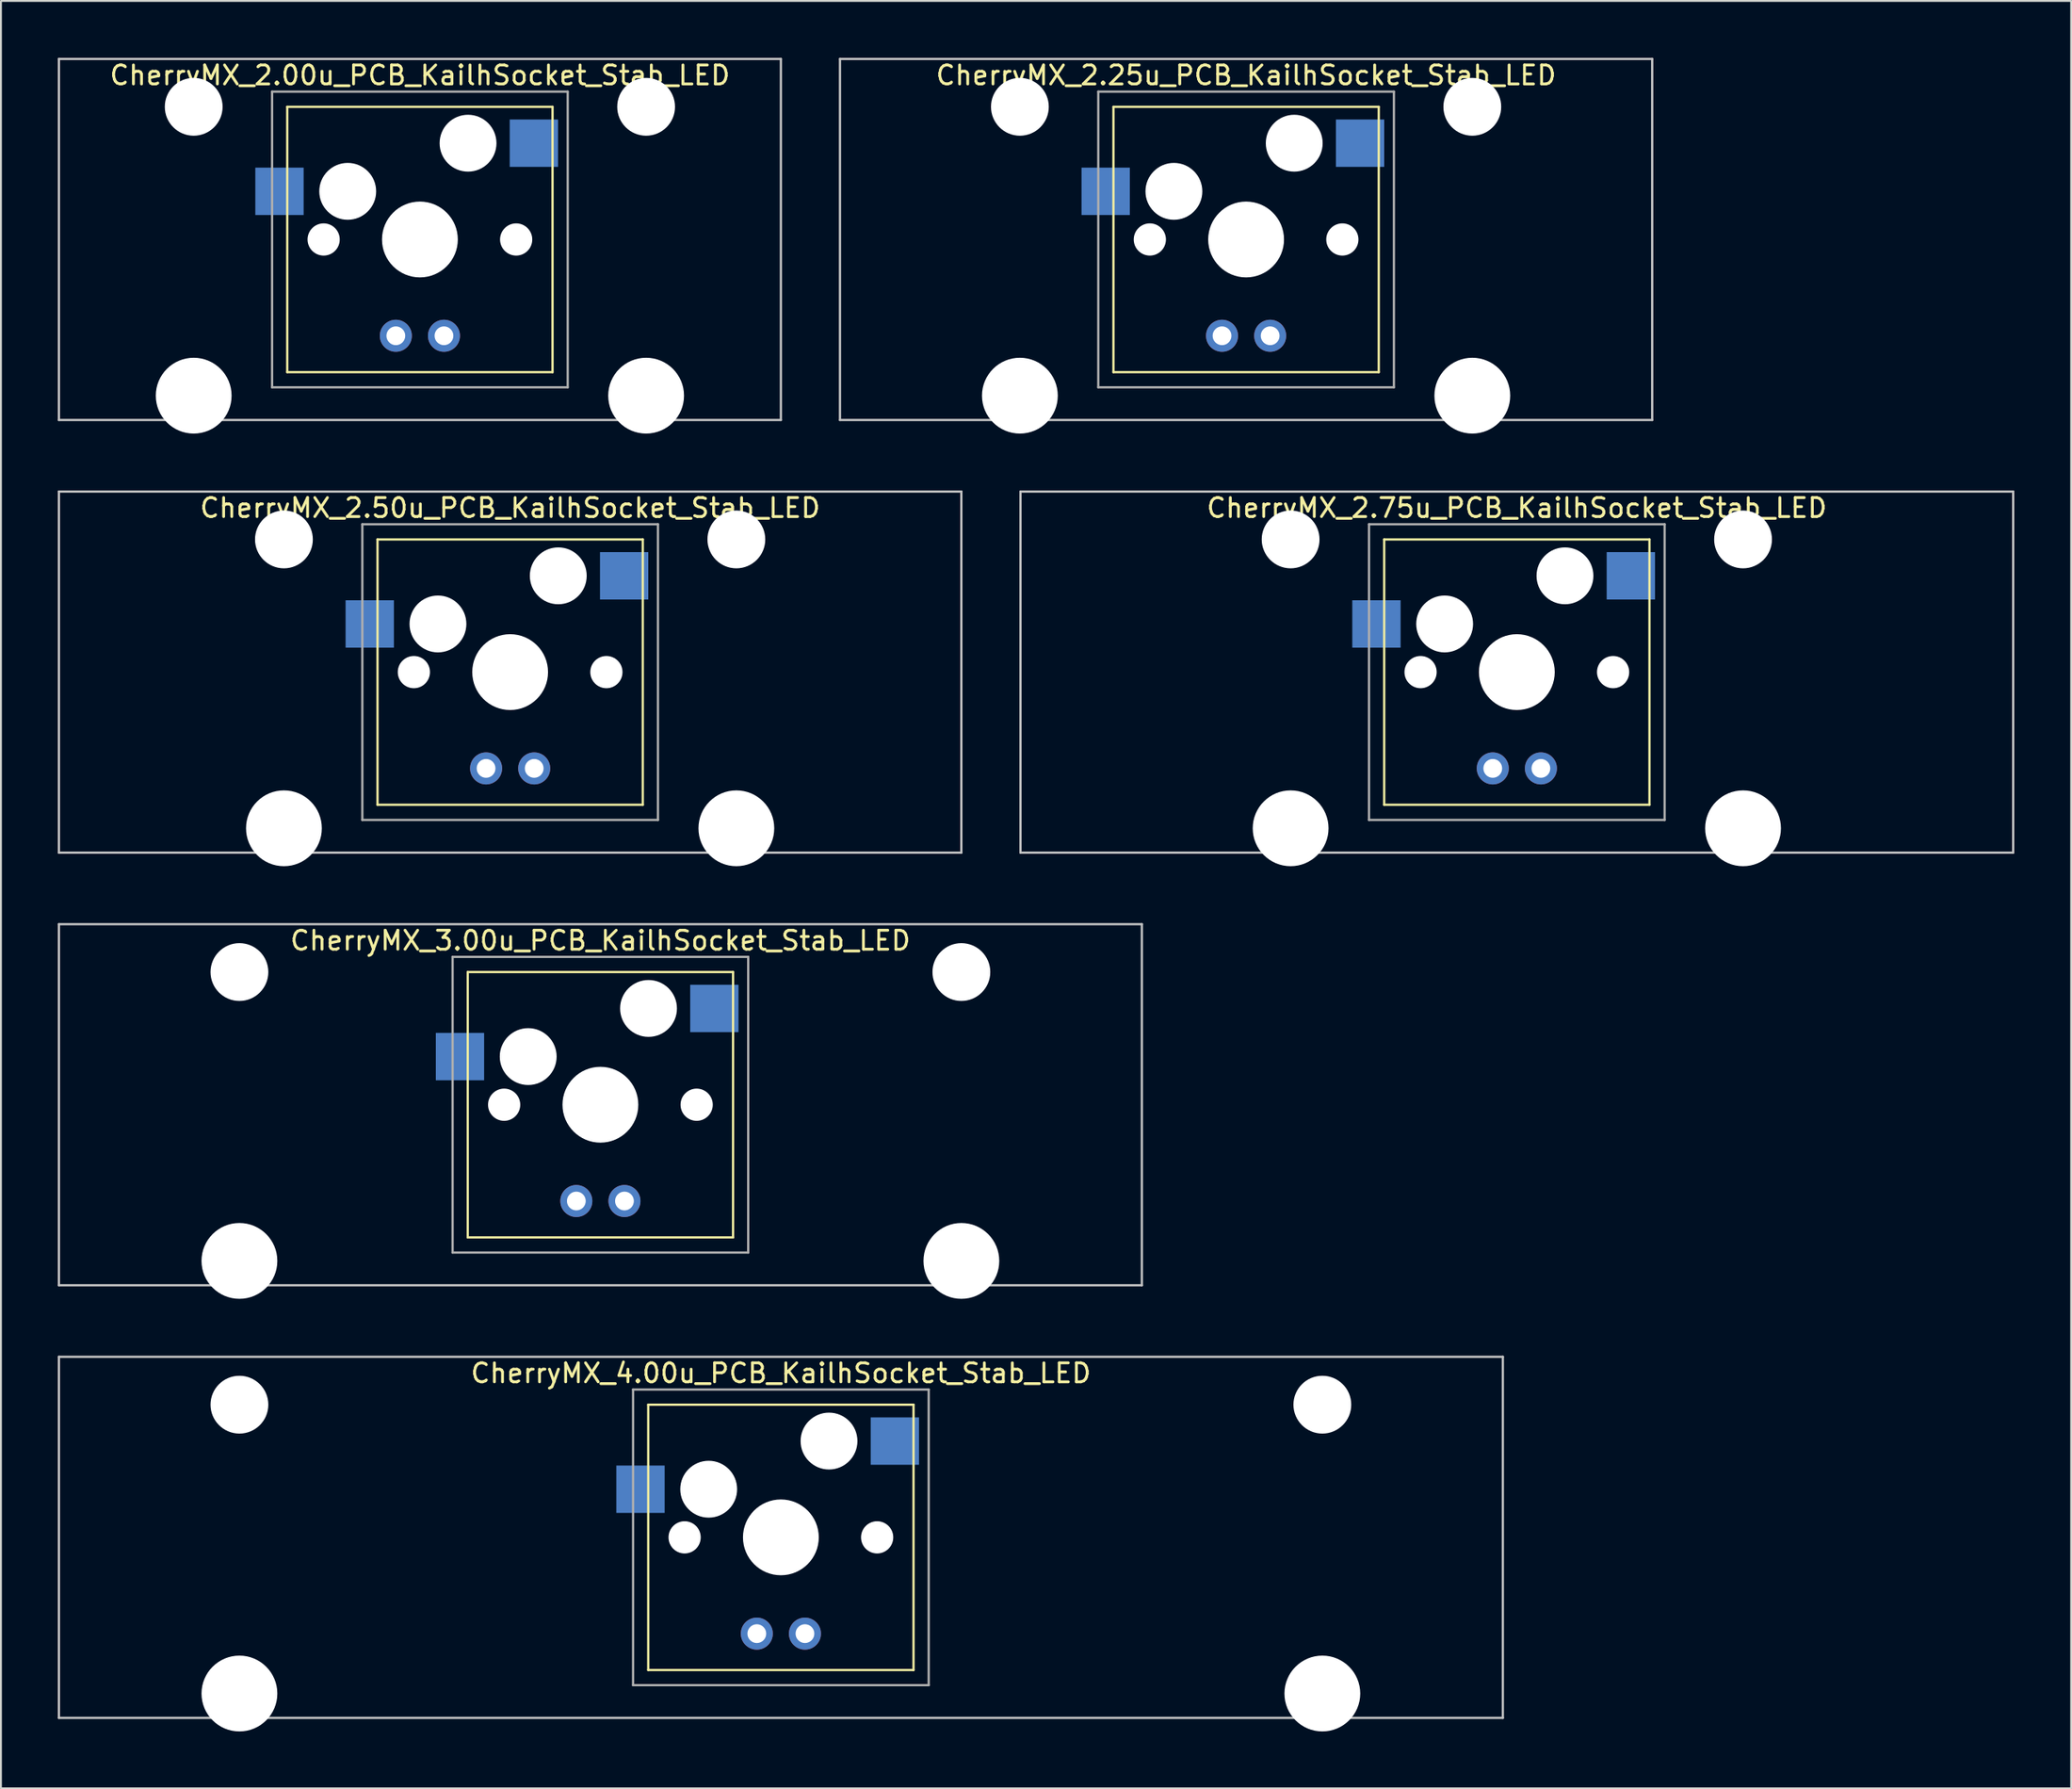
<source format=kicad_pcb>
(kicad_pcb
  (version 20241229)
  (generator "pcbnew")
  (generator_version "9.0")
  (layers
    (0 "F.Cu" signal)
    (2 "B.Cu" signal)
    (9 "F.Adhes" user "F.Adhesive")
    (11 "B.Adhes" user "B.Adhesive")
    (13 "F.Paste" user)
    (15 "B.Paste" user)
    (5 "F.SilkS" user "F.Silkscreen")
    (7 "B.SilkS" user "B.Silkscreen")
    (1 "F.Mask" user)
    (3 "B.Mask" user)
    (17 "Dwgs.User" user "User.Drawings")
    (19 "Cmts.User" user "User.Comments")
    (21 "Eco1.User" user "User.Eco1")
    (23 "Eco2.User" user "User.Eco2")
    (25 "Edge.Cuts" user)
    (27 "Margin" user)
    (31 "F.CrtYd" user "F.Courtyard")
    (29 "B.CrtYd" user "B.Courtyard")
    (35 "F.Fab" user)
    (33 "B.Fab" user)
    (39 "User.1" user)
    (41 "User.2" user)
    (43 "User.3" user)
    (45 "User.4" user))
  (footprint "CherryMX_2.75u_PCB_KailhSocket_Stab_LED"
    (layer "F.Cu")
    (at 76.999 32.41)
    (property "Reference" "CherryMX_2.75u_PCB_KailhSocket_Stab_LED" (at 0 -8.662 0) (layer "F.SilkS") (effects (font (size 1 1) (thickness 0.15))))
    (attr through_hole)
    (fp_line (start -7 -7) (end -7 7) (stroke (width 0.12) (type solid)) (layer "F.SilkS"))
    (fp_line (start -7 -7) (end 7 -7) (stroke (width 0.12) (type solid)) (layer "F.SilkS"))
    (fp_line (start 7 -7) (end 7 7) (stroke (width 0.12) (type solid)) (layer "F.SilkS"))
    (fp_line (start 7 7) (end -7 7) (stroke (width 0.12) (type solid)) (layer "F.SilkS"))
    (fp_line (start -26.194 -9.525) (end 26.194 -9.525) (stroke (width 0.12) (type solid)) (layer "Dwgs.User"))
    (fp_line (start -26.194 9.525) (end -26.194 -9.525) (stroke (width 0.12) (type solid)) (layer "Dwgs.User"))
    (fp_line (start 26.194 -9.525) (end 26.194 9.525) (stroke (width 0.12) (type solid)) (layer "Dwgs.User"))
    (fp_line (start 26.194 9.525) (end -26.194 9.525) (stroke (width 0.12) (type solid)) (layer "Dwgs.User"))
    (fp_line (start -7.8 -7.8) (end -7.8 7.8) (stroke (width 0.12) (type solid)) (layer "F.Fab"))
    (fp_line (start -7.8 -7.8) (end 7.8 -7.8) (stroke (width 0.12) (type solid)) (layer "F.Fab"))
    (fp_line (start -7.8 7.8) (end 7.8 7.8) (stroke (width 0.12) (type solid)) (layer "F.Fab"))
    (fp_line (start 7.8 -7.8) (end 7.8 7.8) (stroke (width 0.12) (type solid)) (layer "F.Fab"))
    (pad "" np_thru_hole circle (at -11.938 -7) (size 3.05 3.05) (drill 3.05) (layers "*.Cu" "*.Mask"))
    (pad "" np_thru_hole circle (at -11.938 8.24) (size 4 4) (drill 4) (layers "*.Cu" "*.Mask"))
    (pad "" np_thru_hole circle (at -5.08 0) (size 1.7 1.7) (drill 1.7) (layers "*.Cu" "*.Mask"))
    (pad "" np_thru_hole circle (at -3.81 -2.54) (size 3 3) (drill 3) (layers "*.Cu" "*.Mask"))
    (pad "" np_thru_hole circle (at 0 0) (size 4 4) (drill 4) (layers "*.Cu" "*.Mask"))
    (pad "" np_thru_hole circle (at 2.54 -5.08) (size 3 3) (drill 3) (layers "*.Cu" "*.Mask"))
    (pad "" np_thru_hole circle (at 5.08 0) (size 1.7 1.7) (drill 1.7) (layers "*.Cu" "*.Mask"))
    (pad "" np_thru_hole circle (at 11.938 -7) (size 3.05 3.05) (drill 3.05) (layers "*.Cu" "*.Mask"))
    (pad "" np_thru_hole circle (at 11.938 8.24) (size 4 4) (drill 4) (layers "*.Cu" "*.Mask"))
    (pad "1" smd rect (at -7.41 -2.54) (size 2.55 2.5) (layers "B.Cu" "B.Mask" "B.Paste"))
    (pad "2" smd rect (at 6.015 -5.08) (size 2.55 2.5) (layers "B.Cu" "B.Mask" "B.Paste"))
    (pad "3" thru_hole circle (at -1.27 5.08) (size 1.691 1.691) (drill 0.991) (layers "*.Cu" "*.Mask"))
    (pad "4" thru_hole circle (at 1.27 5.08) (size 1.691 1.691) (drill 0.991) (layers "*.Cu" "*.Mask")))
  (footprint "CherryMX_4.00u_PCB_KailhSocket_Stab_LED"
    (layer "F.Cu")
    (at 38.16 78.06)
    (property "Reference" "CherryMX_4.00u_PCB_KailhSocket_Stab_LED" (at 0 -8.662 0) (layer "F.SilkS") (effects (font (size 1 1) (thickness 0.15))))
    (attr through_hole)
    (fp_line (start -7 -7) (end -7 7) (stroke (width 0.12) (type solid)) (layer "F.SilkS"))
    (fp_line (start -7 -7) (end 7 -7) (stroke (width 0.12) (type solid)) (layer "F.SilkS"))
    (fp_line (start 7 -7) (end 7 7) (stroke (width 0.12) (type solid)) (layer "F.SilkS"))
    (fp_line (start 7 7) (end -7 7) (stroke (width 0.12) (type solid)) (layer "F.SilkS"))
    (fp_line (start -38.1 -9.525) (end 38.1 -9.525) (stroke (width 0.12) (type solid)) (layer "Dwgs.User"))
    (fp_line (start -38.1 9.525) (end -38.1 -9.525) (stroke (width 0.12) (type solid)) (layer "Dwgs.User"))
    (fp_line (start 38.1 -9.525) (end 38.1 9.525) (stroke (width 0.12) (type solid)) (layer "Dwgs.User"))
    (fp_line (start 38.1 9.525) (end -38.1 9.525) (stroke (width 0.12) (type solid)) (layer "Dwgs.User"))
    (fp_line (start -7.8 -7.8) (end -7.8 7.8) (stroke (width 0.12) (type solid)) (layer "F.Fab"))
    (fp_line (start -7.8 -7.8) (end 7.8 -7.8) (stroke (width 0.12) (type solid)) (layer "F.Fab"))
    (fp_line (start -7.8 7.8) (end 7.8 7.8) (stroke (width 0.12) (type solid)) (layer "F.Fab"))
    (fp_line (start 7.8 -7.8) (end 7.8 7.8) (stroke (width 0.12) (type solid)) (layer "F.Fab"))
    (pad "" np_thru_hole circle (at -28.575 -7) (size 3.05 3.05) (drill 3.05) (layers "*.Cu" "*.Mask"))
    (pad "" np_thru_hole circle (at -28.575 8.24) (size 4 4) (drill 4) (layers "*.Cu" "*.Mask"))
    (pad "" np_thru_hole circle (at -5.08 0) (size 1.7 1.7) (drill 1.7) (layers "*.Cu" "*.Mask"))
    (pad "" np_thru_hole circle (at -3.81 -2.54) (size 3 3) (drill 3) (layers "*.Cu" "*.Mask"))
    (pad "" np_thru_hole circle (at 0 0) (size 4 4) (drill 4) (layers "*.Cu" "*.Mask"))
    (pad "" np_thru_hole circle (at 2.54 -5.08) (size 3 3) (drill 3) (layers "*.Cu" "*.Mask"))
    (pad "" np_thru_hole circle (at 5.08 0) (size 1.7 1.7) (drill 1.7) (layers "*.Cu" "*.Mask"))
    (pad "" np_thru_hole circle (at 28.575 -7) (size 3.05 3.05) (drill 3.05) (layers "*.Cu" "*.Mask"))
    (pad "" np_thru_hole circle (at 28.575 8.24) (size 4 4) (drill 4) (layers "*.Cu" "*.Mask"))
    (pad "1" smd rect (at -7.41 -2.54) (size 2.55 2.5) (layers "B.Cu" "B.Mask" "B.Paste"))
    (pad "2" smd rect (at 6.015 -5.08) (size 2.55 2.5) (layers "B.Cu" "B.Mask" "B.Paste"))
    (pad "3" thru_hole circle (at -1.27 5.08) (size 1.691 1.691) (drill 0.991) (layers "*.Cu" "*.Mask"))
    (pad "4" thru_hole circle (at 1.27 5.08) (size 1.691 1.691) (drill 0.991) (layers "*.Cu" "*.Mask")))
  (footprint "CherryMX_2.00u_PCB_KailhSocket_Stab_LED"
    (layer "F.Cu")
    (at 19.11 9.585)
    (property "Reference" "CherryMX_2.00u_PCB_KailhSocket_Stab_LED" (at 0 -8.662 0) (layer "F.SilkS") (effects (font (size 1 1) (thickness 0.15))))
    (attr through_hole)
    (fp_line (start -7 -7) (end -7 7) (stroke (width 0.12) (type solid)) (layer "F.SilkS"))
    (fp_line (start -7 -7) (end 7 -7) (stroke (width 0.12) (type solid)) (layer "F.SilkS"))
    (fp_line (start 7 -7) (end 7 7) (stroke (width 0.12) (type solid)) (layer "F.SilkS"))
    (fp_line (start 7 7) (end -7 7) (stroke (width 0.12) (type solid)) (layer "F.SilkS"))
    (fp_line (start -19.05 -9.525) (end 19.05 -9.525) (stroke (width 0.12) (type solid)) (layer "Dwgs.User"))
    (fp_line (start -19.05 9.525) (end -19.05 -9.525) (stroke (width 0.12) (type solid)) (layer "Dwgs.User"))
    (fp_line (start 19.05 -9.525) (end 19.05 9.525) (stroke (width 0.12) (type solid)) (layer "Dwgs.User"))
    (fp_line (start 19.05 9.525) (end -19.05 9.525) (stroke (width 0.12) (type solid)) (layer "Dwgs.User"))
    (fp_line (start -7.8 -7.8) (end -7.8 7.8) (stroke (width 0.12) (type solid)) (layer "F.Fab"))
    (fp_line (start -7.8 -7.8) (end 7.8 -7.8) (stroke (width 0.12) (type solid)) (layer "F.Fab"))
    (fp_line (start -7.8 7.8) (end 7.8 7.8) (stroke (width 0.12) (type solid)) (layer "F.Fab"))
    (fp_line (start 7.8 -7.8) (end 7.8 7.8) (stroke (width 0.12) (type solid)) (layer "F.Fab"))
    (pad "" np_thru_hole circle (at -11.938 -7) (size 3.05 3.05) (drill 3.05) (layers "*.Cu" "*.Mask"))
    (pad "" np_thru_hole circle (at -11.938 8.24) (size 4 4) (drill 4) (layers "*.Cu" "*.Mask"))
    (pad "" np_thru_hole circle (at -5.08 0) (size 1.7 1.7) (drill 1.7) (layers "*.Cu" "*.Mask"))
    (pad "" np_thru_hole circle (at -3.81 -2.54) (size 3 3) (drill 3) (layers "*.Cu" "*.Mask"))
    (pad "" np_thru_hole circle (at 0 0) (size 4 4) (drill 4) (layers "*.Cu" "*.Mask"))
    (pad "" np_thru_hole circle (at 2.54 -5.08) (size 3 3) (drill 3) (layers "*.Cu" "*.Mask"))
    (pad "" np_thru_hole circle (at 5.08 0) (size 1.7 1.7) (drill 1.7) (layers "*.Cu" "*.Mask"))
    (pad "" np_thru_hole circle (at 11.938 -7) (size 3.05 3.05) (drill 3.05) (layers "*.Cu" "*.Mask"))
    (pad "" np_thru_hole circle (at 11.938 8.24) (size 4 4) (drill 4) (layers "*.Cu" "*.Mask"))
    (pad "1" smd rect (at -7.41 -2.54) (size 2.55 2.5) (layers "B.Cu" "B.Mask" "B.Paste"))
    (pad "2" smd rect (at 6.015 -5.08) (size 2.55 2.5) (layers "B.Cu" "B.Mask" "B.Paste"))
    (pad "3" thru_hole circle (at -1.27 5.08) (size 1.691 1.691) (drill 0.991) (layers "*.Cu" "*.Mask"))
    (pad "4" thru_hole circle (at 1.27 5.08) (size 1.691 1.691) (drill 0.991) (layers "*.Cu" "*.Mask")))
  (footprint "CherryMX_2.25u_PCB_KailhSocket_Stab_LED"
    (layer "F.Cu")
    (at 62.711 9.585)
    (property "Reference" "CherryMX_2.25u_PCB_KailhSocket_Stab_LED" (at 0 -8.662 0) (layer "F.SilkS") (effects (font (size 1 1) (thickness 0.15))))
    (attr through_hole)
    (fp_line (start -7 -7) (end -7 7) (stroke (width 0.12) (type solid)) (layer "F.SilkS"))
    (fp_line (start -7 -7) (end 7 -7) (stroke (width 0.12) (type solid)) (layer "F.SilkS"))
    (fp_line (start 7 -7) (end 7 7) (stroke (width 0.12) (type solid)) (layer "F.SilkS"))
    (fp_line (start 7 7) (end -7 7) (stroke (width 0.12) (type solid)) (layer "F.SilkS"))
    (fp_line (start -21.431 -9.525) (end 21.431 -9.525) (stroke (width 0.12) (type solid)) (layer "Dwgs.User"))
    (fp_line (start -21.431 9.525) (end -21.431 -9.525) (stroke (width 0.12) (type solid)) (layer "Dwgs.User"))
    (fp_line (start 21.431 -9.525) (end 21.431 9.525) (stroke (width 0.12) (type solid)) (layer "Dwgs.User"))
    (fp_line (start 21.431 9.525) (end -21.431 9.525) (stroke (width 0.12) (type solid)) (layer "Dwgs.User"))
    (fp_line (start -7.8 -7.8) (end -7.8 7.8) (stroke (width 0.12) (type solid)) (layer "F.Fab"))
    (fp_line (start -7.8 -7.8) (end 7.8 -7.8) (stroke (width 0.12) (type solid)) (layer "F.Fab"))
    (fp_line (start -7.8 7.8) (end 7.8 7.8) (stroke (width 0.12) (type solid)) (layer "F.Fab"))
    (fp_line (start 7.8 -7.8) (end 7.8 7.8) (stroke (width 0.12) (type solid)) (layer "F.Fab"))
    (pad "" np_thru_hole circle (at -11.938 -7) (size 3.05 3.05) (drill 3.05) (layers "*.Cu" "*.Mask"))
    (pad "" np_thru_hole circle (at -11.938 8.24) (size 4 4) (drill 4) (layers "*.Cu" "*.Mask"))
    (pad "" np_thru_hole circle (at -5.08 0) (size 1.7 1.7) (drill 1.7) (layers "*.Cu" "*.Mask"))
    (pad "" np_thru_hole circle (at -3.81 -2.54) (size 3 3) (drill 3) (layers "*.Cu" "*.Mask"))
    (pad "" np_thru_hole circle (at 0 0) (size 4 4) (drill 4) (layers "*.Cu" "*.Mask"))
    (pad "" np_thru_hole circle (at 2.54 -5.08) (size 3 3) (drill 3) (layers "*.Cu" "*.Mask"))
    (pad "" np_thru_hole circle (at 5.08 0) (size 1.7 1.7) (drill 1.7) (layers "*.Cu" "*.Mask"))
    (pad "" np_thru_hole circle (at 11.938 -7) (size 3.05 3.05) (drill 3.05) (layers "*.Cu" "*.Mask"))
    (pad "" np_thru_hole circle (at 11.938 8.24) (size 4 4) (drill 4) (layers "*.Cu" "*.Mask"))
    (pad "1" smd rect (at -7.41 -2.54) (size 2.55 2.5) (layers "B.Cu" "B.Mask" "B.Paste"))
    (pad "2" smd rect (at 6.015 -5.08) (size 2.55 2.5) (layers "B.Cu" "B.Mask" "B.Paste"))
    (pad "3" thru_hole circle (at -1.27 5.08) (size 1.691 1.691) (drill 0.991) (layers "*.Cu" "*.Mask"))
    (pad "4" thru_hole circle (at 1.27 5.08) (size 1.691 1.691) (drill 0.991) (layers "*.Cu" "*.Mask")))
  (footprint "CherryMX_2.50u_PCB_KailhSocket_Stab_LED"
    (layer "F.Cu")
    (at 23.872 32.41)
    (property "Reference" "CherryMX_2.50u_PCB_KailhSocket_Stab_LED" (at 0 -8.662 0) (layer "F.SilkS") (effects (font (size 1 1) (thickness 0.15))))
    (attr through_hole)
    (fp_line (start -7 -7) (end -7 7) (stroke (width 0.12) (type solid)) (layer "F.SilkS"))
    (fp_line (start -7 -7) (end 7 -7) (stroke (width 0.12) (type solid)) (layer "F.SilkS"))
    (fp_line (start 7 -7) (end 7 7) (stroke (width 0.12) (type solid)) (layer "F.SilkS"))
    (fp_line (start 7 7) (end -7 7) (stroke (width 0.12) (type solid)) (layer "F.SilkS"))
    (fp_line (start -23.812 -9.525) (end 23.812 -9.525) (stroke (width 0.12) (type solid)) (layer "Dwgs.User"))
    (fp_line (start -23.812 9.525) (end -23.812 -9.525) (stroke (width 0.12) (type solid)) (layer "Dwgs.User"))
    (fp_line (start 23.812 -9.525) (end 23.812 9.525) (stroke (width 0.12) (type solid)) (layer "Dwgs.User"))
    (fp_line (start 23.812 9.525) (end -23.812 9.525) (stroke (width 0.12) (type solid)) (layer "Dwgs.User"))
    (fp_line (start -7.8 -7.8) (end -7.8 7.8) (stroke (width 0.12) (type solid)) (layer "F.Fab"))
    (fp_line (start -7.8 -7.8) (end 7.8 -7.8) (stroke (width 0.12) (type solid)) (layer "F.Fab"))
    (fp_line (start -7.8 7.8) (end 7.8 7.8) (stroke (width 0.12) (type solid)) (layer "F.Fab"))
    (fp_line (start 7.8 -7.8) (end 7.8 7.8) (stroke (width 0.12) (type solid)) (layer "F.Fab"))
    (pad "" np_thru_hole circle (at -11.938 -7) (size 3.05 3.05) (drill 3.05) (layers "*.Cu" "*.Mask"))
    (pad "" np_thru_hole circle (at -11.938 8.24) (size 4 4) (drill 4) (layers "*.Cu" "*.Mask"))
    (pad "" np_thru_hole circle (at -5.08 0) (size 1.7 1.7) (drill 1.7) (layers "*.Cu" "*.Mask"))
    (pad "" np_thru_hole circle (at -3.81 -2.54) (size 3 3) (drill 3) (layers "*.Cu" "*.Mask"))
    (pad "" np_thru_hole circle (at 0 0) (size 4 4) (drill 4) (layers "*.Cu" "*.Mask"))
    (pad "" np_thru_hole circle (at 2.54 -5.08) (size 3 3) (drill 3) (layers "*.Cu" "*.Mask"))
    (pad "" np_thru_hole circle (at 5.08 0) (size 1.7 1.7) (drill 1.7) (layers "*.Cu" "*.Mask"))
    (pad "" np_thru_hole circle (at 11.938 -7) (size 3.05 3.05) (drill 3.05) (layers "*.Cu" "*.Mask"))
    (pad "" np_thru_hole circle (at 11.938 8.24) (size 4 4) (drill 4) (layers "*.Cu" "*.Mask"))
    (pad "1" smd rect (at -7.41 -2.54) (size 2.55 2.5) (layers "B.Cu" "B.Mask" "B.Paste"))
    (pad "2" smd rect (at 6.015 -5.08) (size 2.55 2.5) (layers "B.Cu" "B.Mask" "B.Paste"))
    (pad "3" thru_hole circle (at -1.27 5.08) (size 1.691 1.691) (drill 0.991) (layers "*.Cu" "*.Mask"))
    (pad "4" thru_hole circle (at 1.27 5.08) (size 1.691 1.691) (drill 0.991) (layers "*.Cu" "*.Mask")))
  (footprint "CherryMX_3.00u_PCB_KailhSocket_Stab_LED"
    (layer "F.Cu")
    (at 28.635 55.235)
    (property "Reference" "CherryMX_3.00u_PCB_KailhSocket_Stab_LED" (at 0 -8.662 0) (layer "F.SilkS") (effects (font (size 1 1) (thickness 0.15))))
    (attr through_hole)
    (fp_line (start -7 -7) (end -7 7) (stroke (width 0.12) (type solid)) (layer "F.SilkS"))
    (fp_line (start -7 -7) (end 7 -7) (stroke (width 0.12) (type solid)) (layer "F.SilkS"))
    (fp_line (start 7 -7) (end 7 7) (stroke (width 0.12) (type solid)) (layer "F.SilkS"))
    (fp_line (start 7 7) (end -7 7) (stroke (width 0.12) (type solid)) (layer "F.SilkS"))
    (fp_line (start -28.575 -9.525) (end 28.575 -9.525) (stroke (width 0.12) (type solid)) (layer "Dwgs.User"))
    (fp_line (start -28.575 9.525) (end -28.575 -9.525) (stroke (width 0.12) (type solid)) (layer "Dwgs.User"))
    (fp_line (start 28.575 -9.525) (end 28.575 9.525) (stroke (width 0.12) (type solid)) (layer "Dwgs.User"))
    (fp_line (start 28.575 9.525) (end -28.575 9.525) (stroke (width 0.12) (type solid)) (layer "Dwgs.User"))
    (fp_line (start -7.8 -7.8) (end -7.8 7.8) (stroke (width 0.12) (type solid)) (layer "F.Fab"))
    (fp_line (start -7.8 -7.8) (end 7.8 -7.8) (stroke (width 0.12) (type solid)) (layer "F.Fab"))
    (fp_line (start -7.8 7.8) (end 7.8 7.8) (stroke (width 0.12) (type solid)) (layer "F.Fab"))
    (fp_line (start 7.8 -7.8) (end 7.8 7.8) (stroke (width 0.12) (type solid)) (layer "F.Fab"))
    (pad "" np_thru_hole circle (at -19.05 -7) (size 3.05 3.05) (drill 3.05) (layers "*.Cu" "*.Mask"))
    (pad "" np_thru_hole circle (at -19.05 8.24) (size 4 4) (drill 4) (layers "*.Cu" "*.Mask"))
    (pad "" np_thru_hole circle (at -5.08 0) (size 1.7 1.7) (drill 1.7) (layers "*.Cu" "*.Mask"))
    (pad "" np_thru_hole circle (at -3.81 -2.54) (size 3 3) (drill 3) (layers "*.Cu" "*.Mask"))
    (pad "" np_thru_hole circle (at 0 0) (size 4 4) (drill 4) (layers "*.Cu" "*.Mask"))
    (pad "" np_thru_hole circle (at 2.54 -5.08) (size 3 3) (drill 3) (layers "*.Cu" "*.Mask"))
    (pad "" np_thru_hole circle (at 5.08 0) (size 1.7 1.7) (drill 1.7) (layers "*.Cu" "*.Mask"))
    (pad "" np_thru_hole circle (at 19.05 -7) (size 3.05 3.05) (drill 3.05) (layers "*.Cu" "*.Mask"))
    (pad "" np_thru_hole circle (at 19.05 8.24) (size 4 4) (drill 4) (layers "*.Cu" "*.Mask"))
    (pad "1" smd rect (at -7.41 -2.54) (size 2.55 2.5) (layers "B.Cu" "B.Mask" "B.Paste"))
    (pad "2" smd rect (at 6.015 -5.08) (size 2.55 2.5) (layers "B.Cu" "B.Mask" "B.Paste"))
    (pad "3" thru_hole circle (at -1.27 5.08) (size 1.691 1.691) (drill 0.991) (layers "*.Cu" "*.Mask"))
    (pad "4" thru_hole circle (at 1.27 5.08) (size 1.691 1.691) (drill 0.991) (layers "*.Cu" "*.Mask")))
  (gr_rect
    (start -3 -3)
    (end 106.252 91.3)
    (stroke (width 0.1) (type default))
    (fill no)
    (layer "Edge.Cuts")))
</source>
